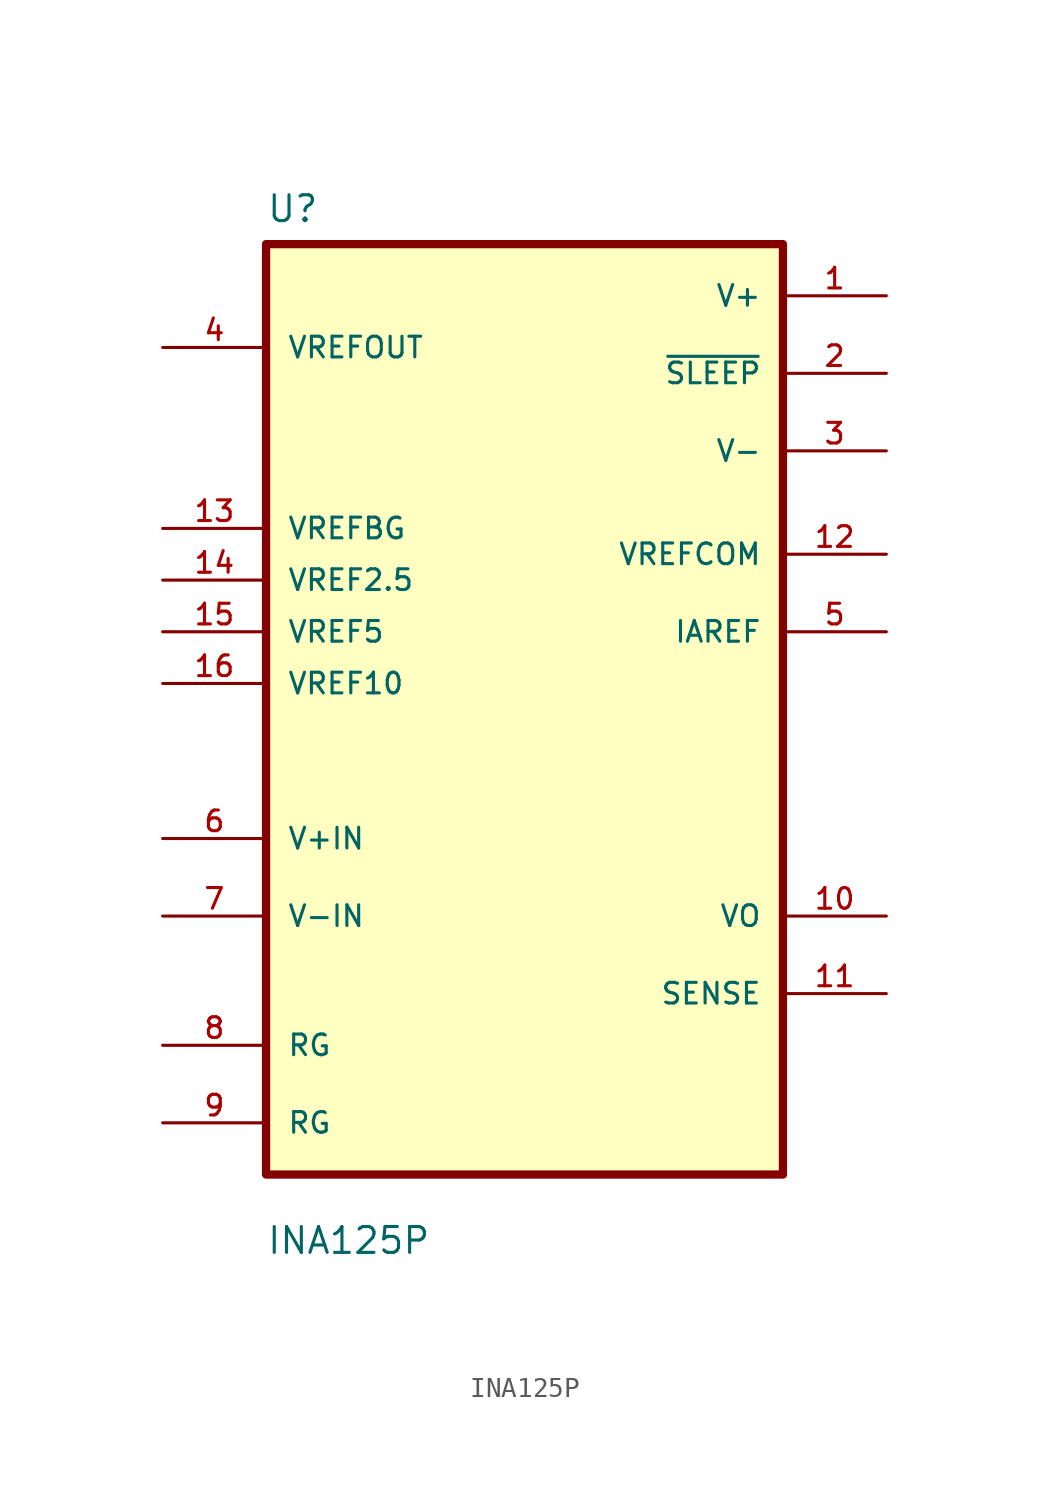
<source format=kicad_sym>
(kicad_symbol_lib
  (version 20211014)
  (generator kicad_symbol_editor)
  (symbol "INA125P"
    (pin_names
      (offset 1.016))
    (property "Reference" "U"
      (at -12.7 23.851 0)
      (effects (font (size 1.27 1.27)) (justify left bottom)))
    (property "Value" "INA125P"
      (at -12.7 -26.848 0)
      (effects (font (size 1.27 1.27)) (justify left bottom)))
    (property "ki_locked" ""
      (at 0 0 0)
      (effects (font (size 1.27 1.27))))
    (symbol "INA125P_0_0"
      (rectangle (start -12.7 -22.86) (end 12.7 22.86) (stroke (width 0.406) (type default) (color 0 0 0 0)) (fill (type background)))
      (pin power_in line (at 17.78 20.32 180) (length 5.08) (name "V+" (effects (font (size 1.016 1.016)))) (number "1" (effects (font (size 1.016 1.016)))))
      (pin output line (at 17.78 -10.16 180) (length 5.08) (name "VO" (effects (font (size 1.016 1.016)))) (number "10" (effects (font (size 1.016 1.016)))))
      (pin input line (at 17.78 -13.97 180) (length 5.08) (name "SENSE" (effects (font (size 1.016 1.016)))) (number "11" (effects (font (size 1.016 1.016)))))
      (pin input line (at 17.78 7.62 180) (length 5.08) (name "VREFCOM" (effects (font (size 1.016 1.016)))) (number "12" (effects (font (size 1.016 1.016)))))
      (pin input line (at -17.78 8.89 0) (length 5.08) (name "VREFBG" (effects (font (size 1.016 1.016)))) (number "13" (effects (font (size 1.016 1.016)))))
      (pin power_in line (at -17.78 6.35 0) (length 5.08) (name "VREF2.5" (effects (font (size 1.016 1.016)))) (number "14" (effects (font (size 1.016 1.016)))))
      (pin input line (at -17.78 3.81 0) (length 5.08) (name "VREF5" (effects (font (size 1.016 1.016)))) (number "15" (effects (font (size 1.016 1.016)))))
      (pin input line (at -17.78 1.27 0) (length 5.08) (name "VREF10" (effects (font (size 1.016 1.016)))) (number "16" (effects (font (size 1.016 1.016)))))
      (pin bidirectional line (at 17.78 16.51 180) (length 5.08) (name "~{SLEEP}" (effects (font (size 1.016 1.016)))) (number "2" (effects (font (size 1.016 1.016)))))
      (pin power_in line (at 17.78 12.7 180) (length 5.08) (name "V-" (effects (font (size 1.016 1.016)))) (number "3" (effects (font (size 1.016 1.016)))))
      (pin output line (at -17.78 17.78 0) (length 5.08) (name "VREFOUT" (effects (font (size 1.016 1.016)))) (number "4" (effects (font (size 1.016 1.016)))))
      (pin input line (at 17.78 3.81 180) (length 5.08) (name "IAREF" (effects (font (size 1.016 1.016)))) (number "5" (effects (font (size 1.016 1.016)))))
      (pin input line (at -17.78 -6.35 0) (length 5.08) (name "V+IN" (effects (font (size 1.016 1.016)))) (number "6" (effects (font (size 1.016 1.016)))))
      (pin input line (at -17.78 -10.16 0) (length 5.08) (name "V-IN" (effects (font (size 1.016 1.016)))) (number "7" (effects (font (size 1.016 1.016)))))
      (pin bidirectional line (at -17.78 -16.51 0) (length 5.08) (name "RG" (effects (font (size 1.016 1.016)))) (number "8" (effects (font (size 1.016 1.016)))))
      (pin bidirectional line (at -17.78 -20.32 0) (length 5.08) (name "RG" (effects (font (size 1.016 1.016)))) (number "9" (effects (font (size 1.016 1.016))))))))
</source>
